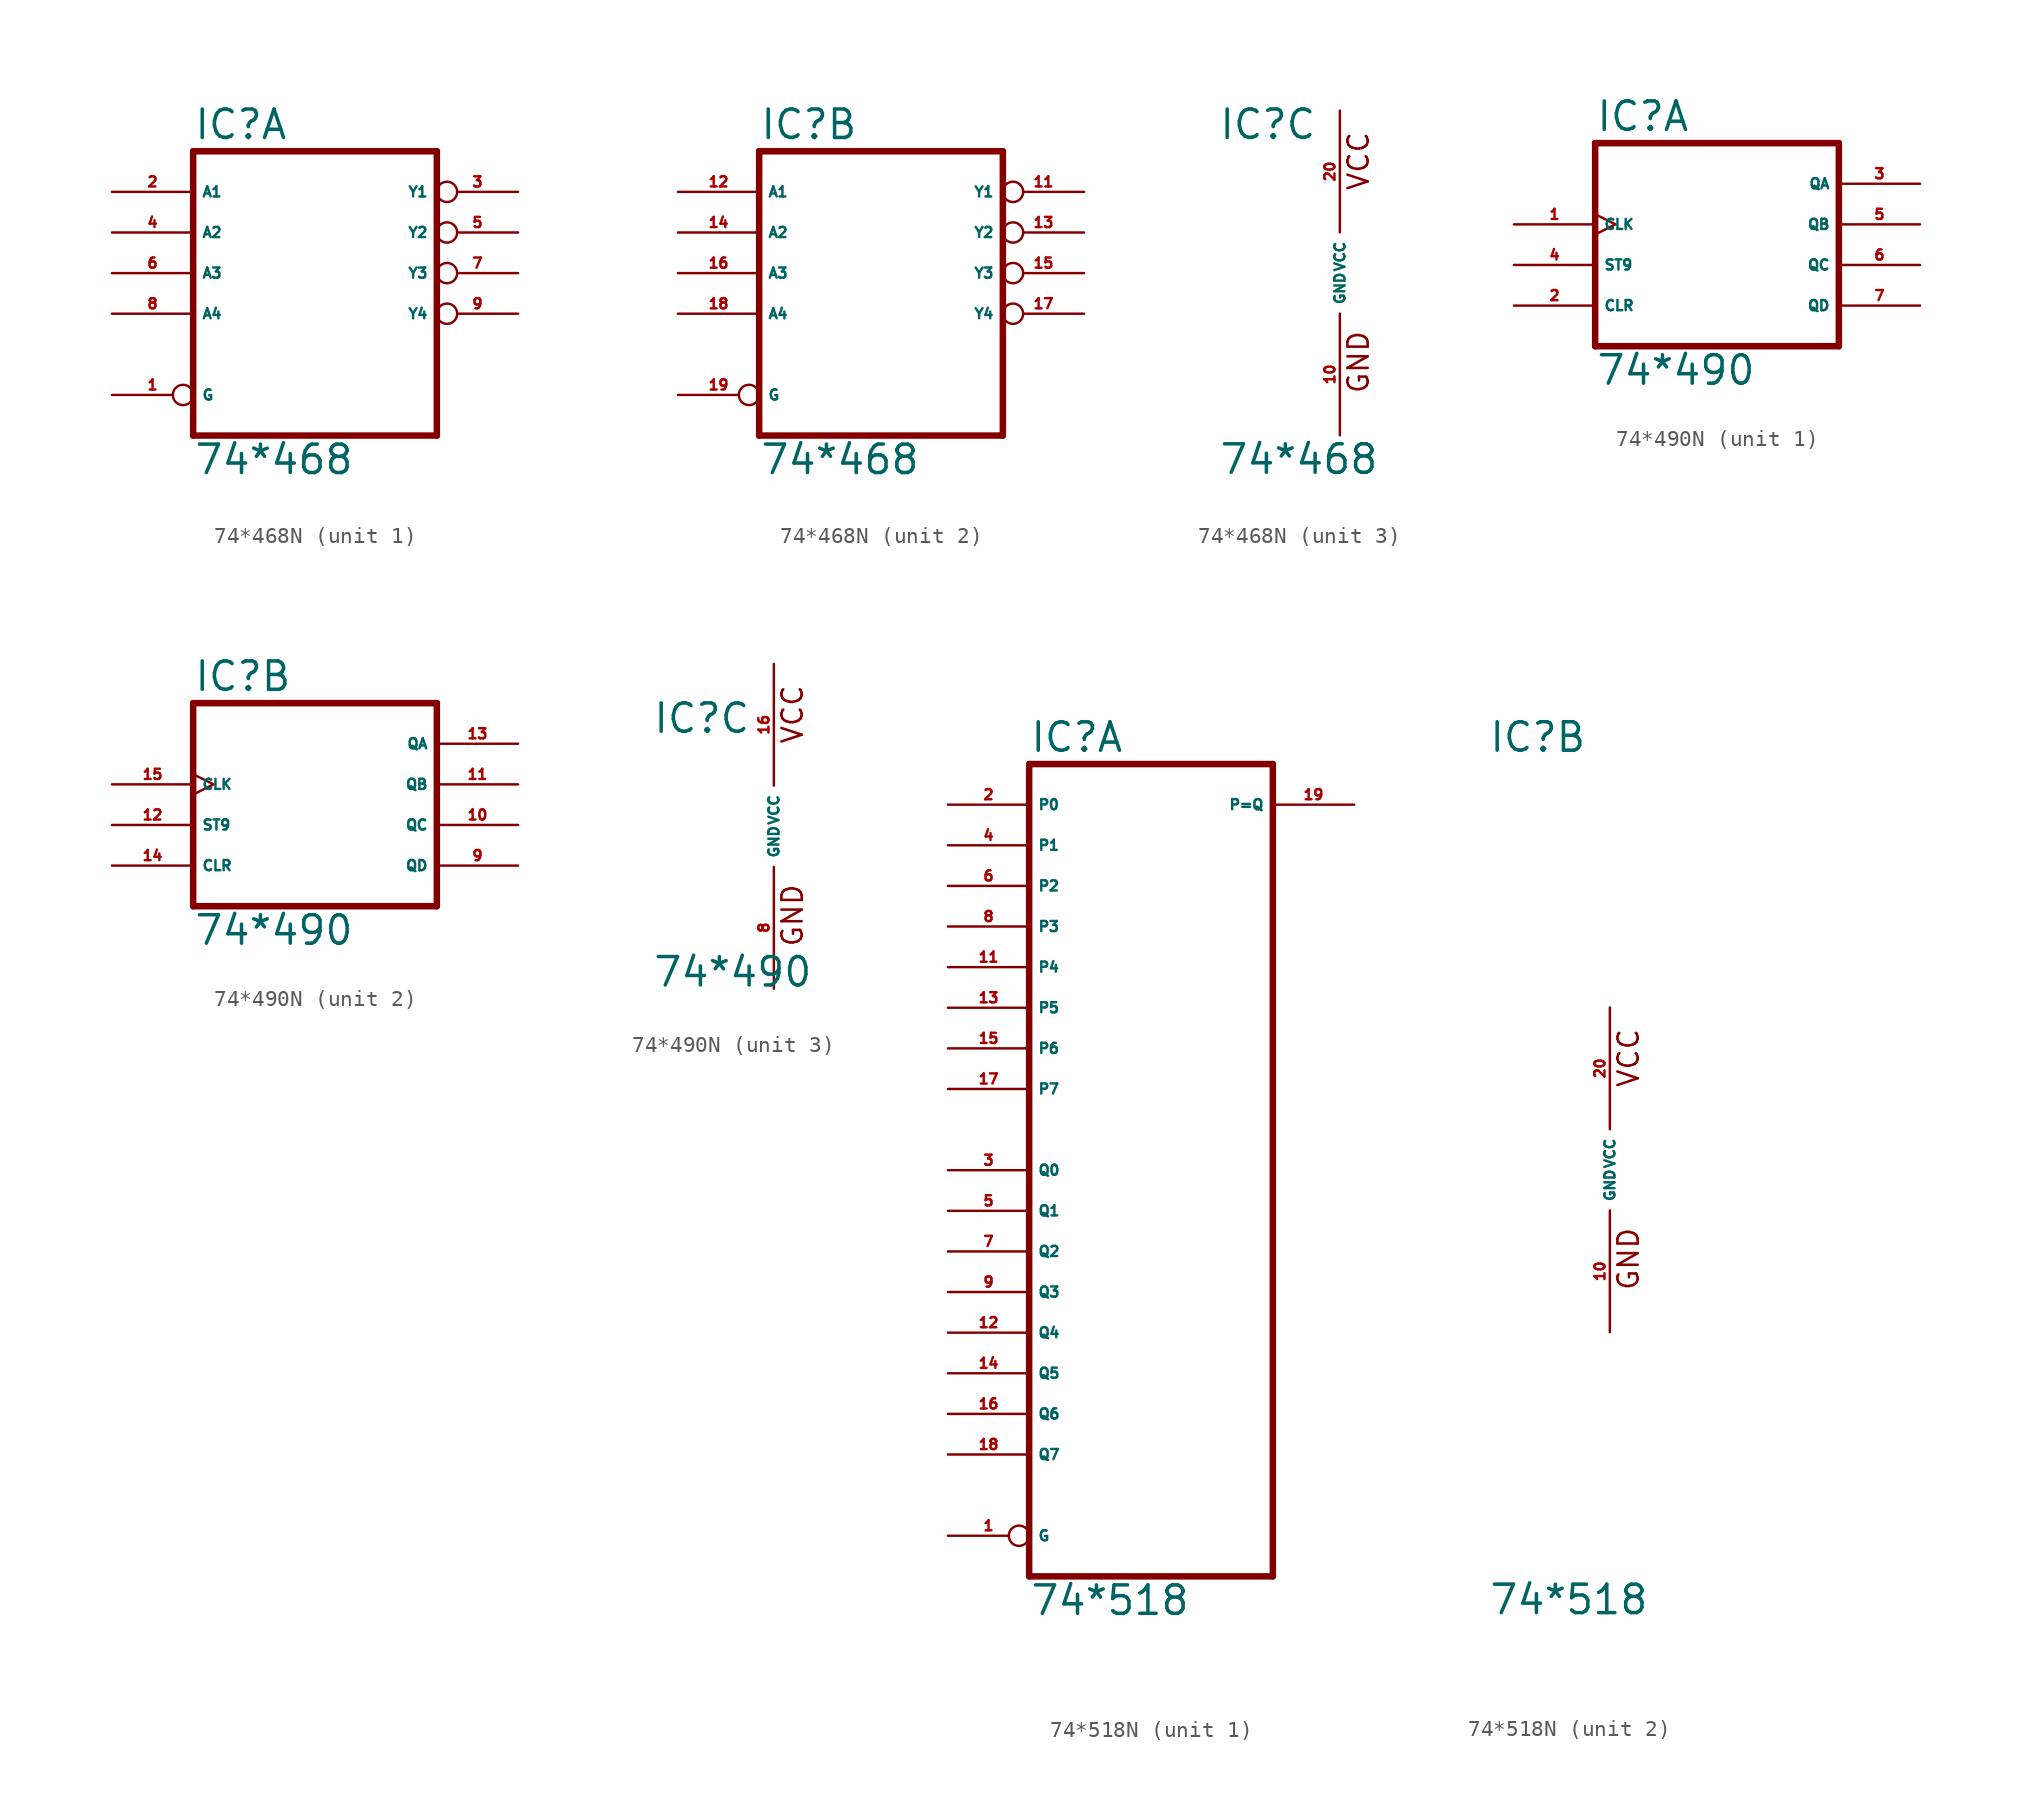
<source format=kicad_sym>
(kicad_symbol_lib
  (version 20220914)
  (generator Eagle2Kicad)
  (symbol "74*468N"
    (property "Reference" "IC"
      (at -7.62 8.255 0)
      (effects (font (size 1.778 1.778) (thickness 0.22)) (justify left bottom)))
    (property "Value" "74*468"
      (at -7.62 -12.7 0)
      (effects (font (size 1.778 1.778) (thickness 0.22)) (justify left bottom)))
    (symbol "74*468N_1_0"
      (polyline (pts (xy -7.62 -10.16) (xy 7.62 -10.16)) (stroke (width 0.406) (type default)) (fill (type none)))
      (polyline (pts (xy 7.62 -10.16) (xy 7.62 7.62)) (stroke (width 0.406) (type default)) (fill (type none)))
      (polyline (pts (xy 7.62 7.62) (xy -7.62 7.62)) (stroke (width 0.406) (type default)) (fill (type none)))
      (polyline (pts (xy -7.62 7.62) (xy -7.62 -10.16)) (stroke (width 0.406) (type default)) (fill (type none)))
      (pin input inverted (at -12.7 -7.62 0) (length 5.08) (name "G" (effects (font (size 0.635 0.635) (thickness 0.08)) (justify left bottom))) (number "1" (effects (font (size 0.635 0.635) (thickness 0.08)) (justify left bottom))))
      (pin input line (at -12.7 5.08 0) (length 5.08) (name "A1" (effects (font (size 0.635 0.635) (thickness 0.08)) (justify left bottom))) (number "2" (effects (font (size 0.635 0.635) (thickness 0.08)) (justify left bottom))))
      (pin tri_state inverted (at 12.7 5.08 180) (length 5.08) (name "Y1" (effects (font (size 0.635 0.635) (thickness 0.08)) (justify left bottom))) (number "3" (effects (font (size 0.635 0.635) (thickness 0.08)) (justify left bottom))))
      (pin input line (at -12.7 2.54 0) (length 5.08) (name "A2" (effects (font (size 0.635 0.635) (thickness 0.08)) (justify left bottom))) (number "4" (effects (font (size 0.635 0.635) (thickness 0.08)) (justify left bottom))))
      (pin tri_state inverted (at 12.7 2.54 180) (length 5.08) (name "Y2" (effects (font (size 0.635 0.635) (thickness 0.08)) (justify left bottom))) (number "5" (effects (font (size 0.635 0.635) (thickness 0.08)) (justify left bottom))))
      (pin input line (at -12.7 0 0) (length 5.08) (name "A3" (effects (font (size 0.635 0.635) (thickness 0.08)) (justify left bottom))) (number "6" (effects (font (size 0.635 0.635) (thickness 0.08)) (justify left bottom))))
      (pin tri_state inverted (at 12.7 0 180) (length 5.08) (name "Y3" (effects (font (size 0.635 0.635) (thickness 0.08)) (justify left bottom))) (number "7" (effects (font (size 0.635 0.635) (thickness 0.08)) (justify left bottom))))
      (pin input line (at -12.7 -2.54 0) (length 5.08) (name "A4" (effects (font (size 0.635 0.635) (thickness 0.08)) (justify left bottom))) (number "8" (effects (font (size 0.635 0.635) (thickness 0.08)) (justify left bottom))))
      (pin tri_state inverted (at 12.7 -2.54 180) (length 5.08) (name "Y4" (effects (font (size 0.635 0.635) (thickness 0.08)) (justify left bottom))) (number "9" (effects (font (size 0.635 0.635) (thickness 0.08)) (justify left bottom)))))
    (symbol "74*468N_2_0"
      (polyline (pts (xy -7.62 -10.16) (xy 7.62 -10.16)) (stroke (width 0.406) (type default)) (fill (type none)))
      (polyline (pts (xy 7.62 -10.16) (xy 7.62 7.62)) (stroke (width 0.406) (type default)) (fill (type none)))
      (polyline (pts (xy 7.62 7.62) (xy -7.62 7.62)) (stroke (width 0.406) (type default)) (fill (type none)))
      (polyline (pts (xy -7.62 7.62) (xy -7.62 -10.16)) (stroke (width 0.406) (type default)) (fill (type none)))
      (pin input inverted (at -12.7 -7.62 0) (length 5.08) (name "G" (effects (font (size 0.635 0.635) (thickness 0.08)) (justify left bottom))) (number "19" (effects (font (size 0.635 0.635) (thickness 0.08)) (justify left bottom))))
      (pin input line (at -12.7 5.08 0) (length 5.08) (name "A1" (effects (font (size 0.635 0.635) (thickness 0.08)) (justify left bottom))) (number "12" (effects (font (size 0.635 0.635) (thickness 0.08)) (justify left bottom))))
      (pin tri_state inverted (at 12.7 5.08 180) (length 5.08) (name "Y1" (effects (font (size 0.635 0.635) (thickness 0.08)) (justify left bottom))) (number "11" (effects (font (size 0.635 0.635) (thickness 0.08)) (justify left bottom))))
      (pin input line (at -12.7 2.54 0) (length 5.08) (name "A2" (effects (font (size 0.635 0.635) (thickness 0.08)) (justify left bottom))) (number "14" (effects (font (size 0.635 0.635) (thickness 0.08)) (justify left bottom))))
      (pin tri_state inverted (at 12.7 2.54 180) (length 5.08) (name "Y2" (effects (font (size 0.635 0.635) (thickness 0.08)) (justify left bottom))) (number "13" (effects (font (size 0.635 0.635) (thickness 0.08)) (justify left bottom))))
      (pin input line (at -12.7 0 0) (length 5.08) (name "A3" (effects (font (size 0.635 0.635) (thickness 0.08)) (justify left bottom))) (number "16" (effects (font (size 0.635 0.635) (thickness 0.08)) (justify left bottom))))
      (pin tri_state inverted (at 12.7 0 180) (length 5.08) (name "Y3" (effects (font (size 0.635 0.635) (thickness 0.08)) (justify left bottom))) (number "15" (effects (font (size 0.635 0.635) (thickness 0.08)) (justify left bottom))))
      (pin input line (at -12.7 -2.54 0) (length 5.08) (name "A4" (effects (font (size 0.635 0.635) (thickness 0.08)) (justify left bottom))) (number "18" (effects (font (size 0.635 0.635) (thickness 0.08)) (justify left bottom))))
      (pin tri_state inverted (at 12.7 -2.54 180) (length 5.08) (name "Y4" (effects (font (size 0.635 0.635) (thickness 0.08)) (justify left bottom))) (number "17" (effects (font (size 0.635 0.635) (thickness 0.08)) (justify left bottom)))))
    (symbol "74*468N_3_0"
      (text "GND" (at 1.905 -7.62 900) (effects (font (size 1.27 1.27) (thickness 0.16)) (justify left bottom)))
      (text "VCC" (at 1.905 5.08 900) (effects (font (size 1.27 1.27) (thickness 0.16)) (justify left bottom)))
      (pin unspecified line (at 0 -10.16 90) (length 7.62) (name "GND" (effects (font (size 0.635 0.635) (thickness 0.08)) (justify left bottom))) (number "10" (effects (font (size 0.635 0.635) (thickness 0.08)) (justify left bottom))))
      (pin unspecified line (at 0 10.16 270) (length 7.62) (name "VCC" (effects (font (size 0.635 0.635) (thickness 0.08)) (justify left bottom))) (number "20" (effects (font (size 0.635 0.635) (thickness 0.08)) (justify left bottom))))))
  (symbol "74*490N"
    (property "Reference" "IC"
      (at -7.62 5.715 0)
      (effects (font (size 1.778 1.778) (thickness 0.22)) (justify left bottom)))
    (property "Value" "74*490"
      (at -7.62 -10.16 0)
      (effects (font (size 1.778 1.778) (thickness 0.22)) (justify left bottom)))
    (symbol "74*490N_1_0"
      (polyline (pts (xy -7.62 -7.62) (xy 7.62 -7.62)) (stroke (width 0.406) (type default)) (fill (type none)))
      (polyline (pts (xy 7.62 -7.62) (xy 7.62 5.08)) (stroke (width 0.406) (type default)) (fill (type none)))
      (polyline (pts (xy 7.62 5.08) (xy -7.62 5.08)) (stroke (width 0.406) (type default)) (fill (type none)))
      (polyline (pts (xy -7.62 5.08) (xy -7.62 -7.62)) (stroke (width 0.406) (type default)) (fill (type none)))
      (pin input clock (at -12.7 0 0) (length 5.08) (name "CLK" (effects (font (size 0.635 0.635) (thickness 0.08)) (justify left bottom))) (number "1" (effects (font (size 0.635 0.635) (thickness 0.08)) (justify left bottom))))
      (pin input line (at -12.7 -5.08 0) (length 5.08) (name "CLR" (effects (font (size 0.635 0.635) (thickness 0.08)) (justify left bottom))) (number "2" (effects (font (size 0.635 0.635) (thickness 0.08)) (justify left bottom))))
      (pin output line (at 12.7 2.54 180) (length 5.08) (name "QA" (effects (font (size 0.635 0.635) (thickness 0.08)) (justify left bottom))) (number "3" (effects (font (size 0.635 0.635) (thickness 0.08)) (justify left bottom))))
      (pin input line (at -12.7 -2.54 0) (length 5.08) (name "ST9" (effects (font (size 0.635 0.635) (thickness 0.08)) (justify left bottom))) (number "4" (effects (font (size 0.635 0.635) (thickness 0.08)) (justify left bottom))))
      (pin output line (at 12.7 0 180) (length 5.08) (name "QB" (effects (font (size 0.635 0.635) (thickness 0.08)) (justify left bottom))) (number "5" (effects (font (size 0.635 0.635) (thickness 0.08)) (justify left bottom))))
      (pin output line (at 12.7 -2.54 180) (length 5.08) (name "QC" (effects (font (size 0.635 0.635) (thickness 0.08)) (justify left bottom))) (number "6" (effects (font (size 0.635 0.635) (thickness 0.08)) (justify left bottom))))
      (pin output line (at 12.7 -5.08 180) (length 5.08) (name "QD" (effects (font (size 0.635 0.635) (thickness 0.08)) (justify left bottom))) (number "7" (effects (font (size 0.635 0.635) (thickness 0.08)) (justify left bottom)))))
    (symbol "74*490N_2_0"
      (polyline (pts (xy -7.62 -7.62) (xy 7.62 -7.62)) (stroke (width 0.406) (type default)) (fill (type none)))
      (polyline (pts (xy 7.62 -7.62) (xy 7.62 5.08)) (stroke (width 0.406) (type default)) (fill (type none)))
      (polyline (pts (xy 7.62 5.08) (xy -7.62 5.08)) (stroke (width 0.406) (type default)) (fill (type none)))
      (polyline (pts (xy -7.62 5.08) (xy -7.62 -7.62)) (stroke (width 0.406) (type default)) (fill (type none)))
      (pin input clock (at -12.7 0 0) (length 5.08) (name "CLK" (effects (font (size 0.635 0.635) (thickness 0.08)) (justify left bottom))) (number "15" (effects (font (size 0.635 0.635) (thickness 0.08)) (justify left bottom))))
      (pin input line (at -12.7 -5.08 0) (length 5.08) (name "CLR" (effects (font (size 0.635 0.635) (thickness 0.08)) (justify left bottom))) (number "14" (effects (font (size 0.635 0.635) (thickness 0.08)) (justify left bottom))))
      (pin output line (at 12.7 2.54 180) (length 5.08) (name "QA" (effects (font (size 0.635 0.635) (thickness 0.08)) (justify left bottom))) (number "13" (effects (font (size 0.635 0.635) (thickness 0.08)) (justify left bottom))))
      (pin input line (at -12.7 -2.54 0) (length 5.08) (name "ST9" (effects (font (size 0.635 0.635) (thickness 0.08)) (justify left bottom))) (number "12" (effects (font (size 0.635 0.635) (thickness 0.08)) (justify left bottom))))
      (pin output line (at 12.7 0 180) (length 5.08) (name "QB" (effects (font (size 0.635 0.635) (thickness 0.08)) (justify left bottom))) (number "11" (effects (font (size 0.635 0.635) (thickness 0.08)) (justify left bottom))))
      (pin output line (at 12.7 -2.54 180) (length 5.08) (name "QC" (effects (font (size 0.635 0.635) (thickness 0.08)) (justify left bottom))) (number "10" (effects (font (size 0.635 0.635) (thickness 0.08)) (justify left bottom))))
      (pin output line (at 12.7 -5.08 180) (length 5.08) (name "QD" (effects (font (size 0.635 0.635) (thickness 0.08)) (justify left bottom))) (number "9" (effects (font (size 0.635 0.635) (thickness 0.08)) (justify left bottom)))))
    (symbol "74*490N_3_0"
      (text "GND" (at 1.905 -7.62 900) (effects (font (size 1.27 1.27) (thickness 0.16)) (justify left bottom)))
      (text "VCC" (at 1.905 5.08 900) (effects (font (size 1.27 1.27) (thickness 0.16)) (justify left bottom)))
      (pin unspecified line (at 0 -10.16 90) (length 7.62) (name "GND" (effects (font (size 0.635 0.635) (thickness 0.08)) (justify left bottom))) (number "8" (effects (font (size 0.635 0.635) (thickness 0.08)) (justify left bottom))))
      (pin unspecified line (at 0 10.16 270) (length 7.62) (name "VCC" (effects (font (size 0.635 0.635) (thickness 0.08)) (justify left bottom))) (number "16" (effects (font (size 0.635 0.635) (thickness 0.08)) (justify left bottom))))))
  (symbol "74*518N"
    (property "Reference" "IC"
      (at -7.62 26.035 0)
      (effects (font (size 1.778 1.778) (thickness 0.22)) (justify left bottom)))
    (property "Value" "74*518"
      (at -7.62 -27.94 0)
      (effects (font (size 1.778 1.778) (thickness 0.22)) (justify left bottom)))
    (symbol "74*518N_1_0"
      (polyline (pts (xy -7.62 -25.4) (xy 7.62 -25.4)) (stroke (width 0.406) (type default)) (fill (type none)))
      (polyline (pts (xy 7.62 -25.4) (xy 7.62 25.4)) (stroke (width 0.406) (type default)) (fill (type none)))
      (polyline (pts (xy 7.62 25.4) (xy -7.62 25.4)) (stroke (width 0.406) (type default)) (fill (type none)))
      (polyline (pts (xy -7.62 25.4) (xy -7.62 -25.4)) (stroke (width 0.406) (type default)) (fill (type none)))
      (pin input inverted (at -12.7 -22.86 0) (length 5.08) (name "G" (effects (font (size 0.635 0.635) (thickness 0.08)) (justify left bottom))) (number "1" (effects (font (size 0.635 0.635) (thickness 0.08)) (justify left bottom))))
      (pin input line (at -12.7 22.86 0) (length 5.08) (name "P0" (effects (font (size 0.635 0.635) (thickness 0.08)) (justify left bottom))) (number "2" (effects (font (size 0.635 0.635) (thickness 0.08)) (justify left bottom))))
      (pin input line (at -12.7 0 0) (length 5.08) (name "Q0" (effects (font (size 0.635 0.635) (thickness 0.08)) (justify left bottom))) (number "3" (effects (font (size 0.635 0.635) (thickness 0.08)) (justify left bottom))))
      (pin input line (at -12.7 20.32 0) (length 5.08) (name "P1" (effects (font (size 0.635 0.635) (thickness 0.08)) (justify left bottom))) (number "4" (effects (font (size 0.635 0.635) (thickness 0.08)) (justify left bottom))))
      (pin input line (at -12.7 -2.54 0) (length 5.08) (name "Q1" (effects (font (size 0.635 0.635) (thickness 0.08)) (justify left bottom))) (number "5" (effects (font (size 0.635 0.635) (thickness 0.08)) (justify left bottom))))
      (pin input line (at -12.7 17.78 0) (length 5.08) (name "P2" (effects (font (size 0.635 0.635) (thickness 0.08)) (justify left bottom))) (number "6" (effects (font (size 0.635 0.635) (thickness 0.08)) (justify left bottom))))
      (pin input line (at -12.7 -5.08 0) (length 5.08) (name "Q2" (effects (font (size 0.635 0.635) (thickness 0.08)) (justify left bottom))) (number "7" (effects (font (size 0.635 0.635) (thickness 0.08)) (justify left bottom))))
      (pin input line (at -12.7 15.24 0) (length 5.08) (name "P3" (effects (font (size 0.635 0.635) (thickness 0.08)) (justify left bottom))) (number "8" (effects (font (size 0.635 0.635) (thickness 0.08)) (justify left bottom))))
      (pin input line (at -12.7 -7.62 0) (length 5.08) (name "Q3" (effects (font (size 0.635 0.635) (thickness 0.08)) (justify left bottom))) (number "9" (effects (font (size 0.635 0.635) (thickness 0.08)) (justify left bottom))))
      (pin input line (at -12.7 12.7 0) (length 5.08) (name "P4" (effects (font (size 0.635 0.635) (thickness 0.08)) (justify left bottom))) (number "11" (effects (font (size 0.635 0.635) (thickness 0.08)) (justify left bottom))))
      (pin input line (at -12.7 -10.16 0) (length 5.08) (name "Q4" (effects (font (size 0.635 0.635) (thickness 0.08)) (justify left bottom))) (number "12" (effects (font (size 0.635 0.635) (thickness 0.08)) (justify left bottom))))
      (pin input line (at -12.7 10.16 0) (length 5.08) (name "P5" (effects (font (size 0.635 0.635) (thickness 0.08)) (justify left bottom))) (number "13" (effects (font (size 0.635 0.635) (thickness 0.08)) (justify left bottom))))
      (pin input line (at -12.7 -12.7 0) (length 5.08) (name "Q5" (effects (font (size 0.635 0.635) (thickness 0.08)) (justify left bottom))) (number "14" (effects (font (size 0.635 0.635) (thickness 0.08)) (justify left bottom))))
      (pin input line (at -12.7 7.62 0) (length 5.08) (name "P6" (effects (font (size 0.635 0.635) (thickness 0.08)) (justify left bottom))) (number "15" (effects (font (size 0.635 0.635) (thickness 0.08)) (justify left bottom))))
      (pin input line (at -12.7 -15.24 0) (length 5.08) (name "Q6" (effects (font (size 0.635 0.635) (thickness 0.08)) (justify left bottom))) (number "16" (effects (font (size 0.635 0.635) (thickness 0.08)) (justify left bottom))))
      (pin input line (at -12.7 5.08 0) (length 5.08) (name "P7" (effects (font (size 0.635 0.635) (thickness 0.08)) (justify left bottom))) (number "17" (effects (font (size 0.635 0.635) (thickness 0.08)) (justify left bottom))))
      (pin input line (at -12.7 -17.78 0) (length 5.08) (name "Q7" (effects (font (size 0.635 0.635) (thickness 0.08)) (justify left bottom))) (number "18" (effects (font (size 0.635 0.635) (thickness 0.08)) (justify left bottom))))
      (pin open_collector line (at 12.7 22.86 180) (length 5.08) (name "P=Q" (effects (font (size 0.635 0.635) (thickness 0.08)) (justify left bottom))) (number "19" (effects (font (size 0.635 0.635) (thickness 0.08)) (justify left bottom)))))
    (symbol "74*518N_2_0"
      (text "GND" (at 1.905 -7.62 900) (effects (font (size 1.27 1.27) (thickness 0.16)) (justify left bottom)))
      (text "VCC" (at 1.905 5.08 900) (effects (font (size 1.27 1.27) (thickness 0.16)) (justify left bottom)))
      (pin unspecified line (at 0 -10.16 90) (length 7.62) (name "GND" (effects (font (size 0.635 0.635) (thickness 0.08)) (justify left bottom))) (number "10" (effects (font (size 0.635 0.635) (thickness 0.08)) (justify left bottom))))
      (pin unspecified line (at 0 10.16 270) (length 7.62) (name "VCC" (effects (font (size 0.635 0.635) (thickness 0.08)) (justify left bottom))) (number "20" (effects (font (size 0.635 0.635) (thickness 0.08)) (justify left bottom)))))))
</source>
